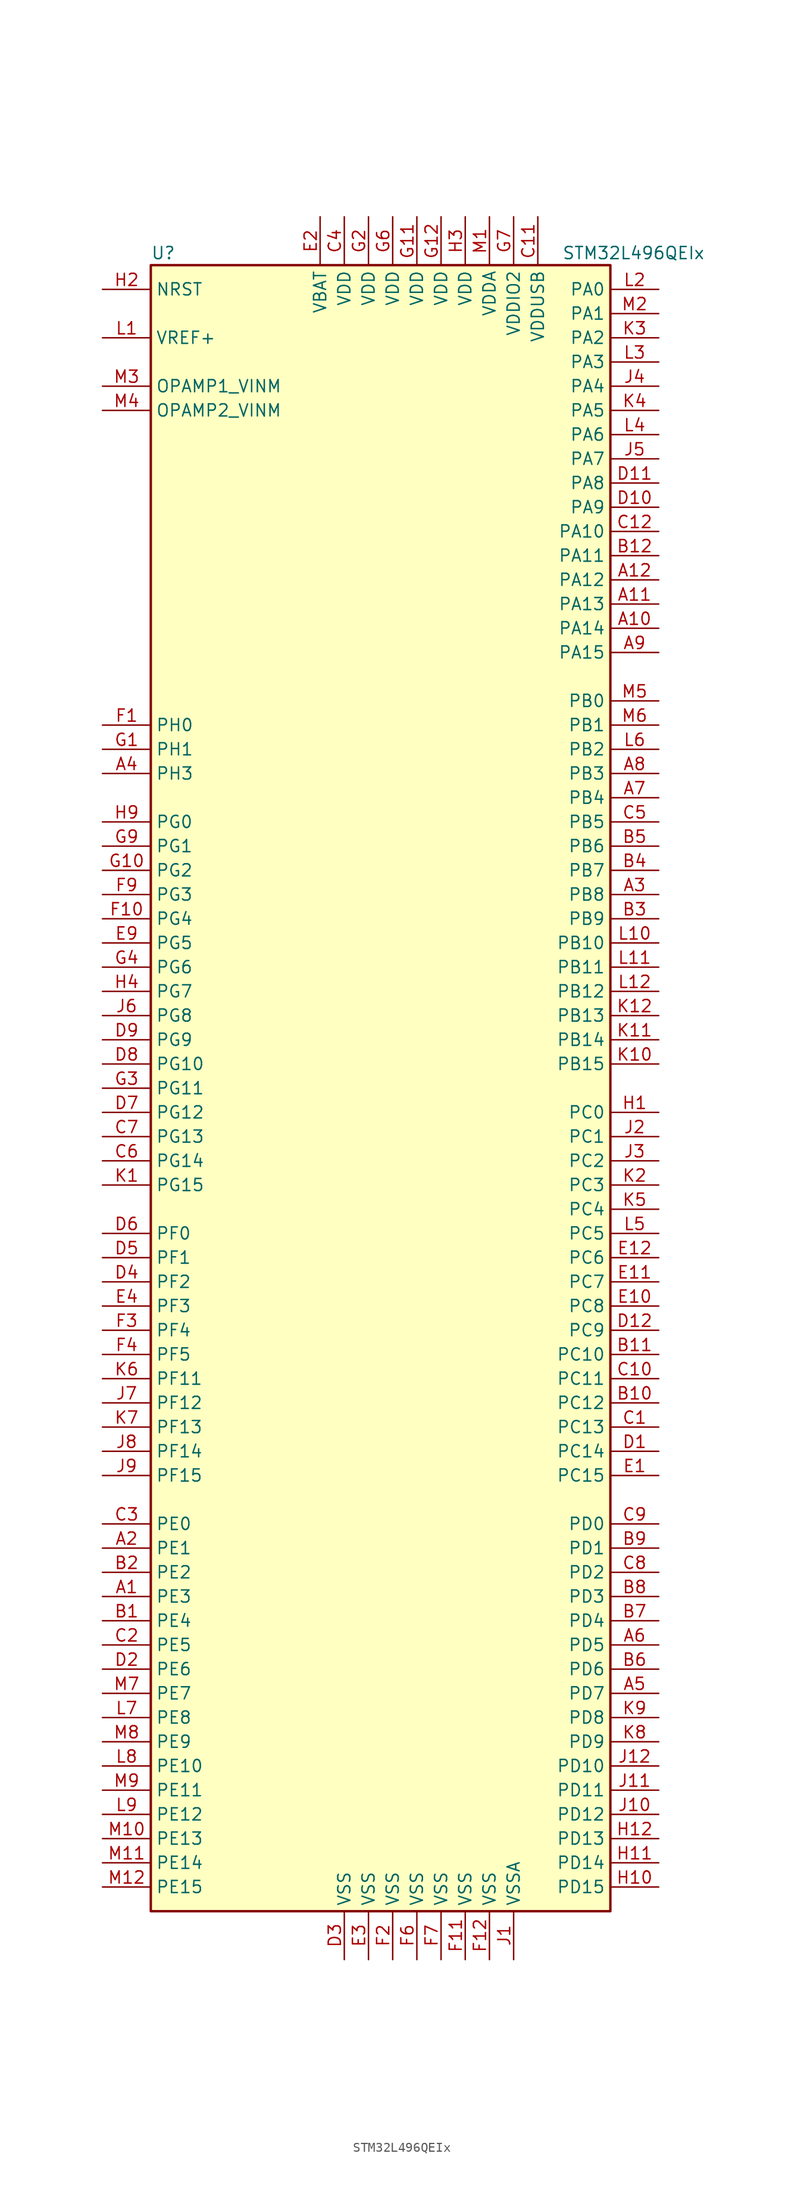
<source format=kicad_sym>
(kicad_symbol_lib
  (version 20201005)
  (generator kicad_symbol_editor)
  (symbol "MCU_ST_STM32L4:STM32L496QEIx"
    (property "Reference" "U"
      (at -25.4 87.63 0)
      (effects (font (size 1.27 1.27)) (justify left)))
    (property "Value" "STM32L496QEIx"
      (at 17.78 87.63 0)
      (effects (font (size 1.27 1.27)) (justify left)))
    (symbol "STM32L496QEIx_0_1"
      (rectangle (start -25.4 -86.36) (end 22.86 86.36) (stroke (width 0.254)) (fill (type background))))
    (symbol "STM32L496QEIx_1_1"
      (pin bidirectional line (at -30.48 -53.34 0) (length 5.08) (name "PE3" (effects (font (size 1.27 1.27)))) (number "A1" (effects (font (size 1.27 1.27)))))
      (pin bidirectional line (at 27.94 48.26 180) (length 5.08) (name "PA14" (effects (font (size 1.27 1.27)))) (number "A10" (effects (font (size 1.27 1.27)))))
      (pin bidirectional line (at 27.94 50.8 180) (length 5.08) (name "PA13" (effects (font (size 1.27 1.27)))) (number "A11" (effects (font (size 1.27 1.27)))))
      (pin bidirectional line (at 27.94 53.34 180) (length 5.08) (name "PA12" (effects (font (size 1.27 1.27)))) (number "A12" (effects (font (size 1.27 1.27)))))
      (pin bidirectional line (at -30.48 -48.26 0) (length 5.08) (name "PE1" (effects (font (size 1.27 1.27)))) (number "A2" (effects (font (size 1.27 1.27)))))
      (pin bidirectional line (at 27.94 20.32 180) (length 5.08) (name "PB8" (effects (font (size 1.27 1.27)))) (number "A3" (effects (font (size 1.27 1.27)))))
      (pin bidirectional line (at -30.48 33.02 0) (length 5.08) (name "PH3" (effects (font (size 1.27 1.27)))) (number "A4" (effects (font (size 1.27 1.27)))))
      (pin bidirectional line (at 27.94 -63.5 180) (length 5.08) (name "PD7" (effects (font (size 1.27 1.27)))) (number "A5" (effects (font (size 1.27 1.27)))))
      (pin bidirectional line (at 27.94 -58.42 180) (length 5.08) (name "PD5" (effects (font (size 1.27 1.27)))) (number "A6" (effects (font (size 1.27 1.27)))))
      (pin bidirectional line (at 27.94 30.48 180) (length 5.08) (name "PB4" (effects (font (size 1.27 1.27)))) (number "A7" (effects (font (size 1.27 1.27)))))
      (pin bidirectional line (at 27.94 33.02 180) (length 5.08) (name "PB3" (effects (font (size 1.27 1.27)))) (number "A8" (effects (font (size 1.27 1.27)))))
      (pin bidirectional line (at 27.94 45.72 180) (length 5.08) (name "PA15" (effects (font (size 1.27 1.27)))) (number "A9" (effects (font (size 1.27 1.27)))))
      (pin bidirectional line (at -30.48 -55.88 0) (length 5.08) (name "PE4" (effects (font (size 1.27 1.27)))) (number "B1" (effects (font (size 1.27 1.27)))))
      (pin bidirectional line (at 27.94 -33.02 180) (length 5.08) (name "PC12" (effects (font (size 1.27 1.27)))) (number "B10" (effects (font (size 1.27 1.27)))))
      (pin bidirectional line (at 27.94 -27.94 180) (length 5.08) (name "PC10" (effects (font (size 1.27 1.27)))) (number "B11" (effects (font (size 1.27 1.27)))))
      (pin bidirectional line (at 27.94 55.88 180) (length 5.08) (name "PA11" (effects (font (size 1.27 1.27)))) (number "B12" (effects (font (size 1.27 1.27)))))
      (pin bidirectional line (at -30.48 -50.8 0) (length 5.08) (name "PE2" (effects (font (size 1.27 1.27)))) (number "B2" (effects (font (size 1.27 1.27)))))
      (pin bidirectional line (at 27.94 17.78 180) (length 5.08) (name "PB9" (effects (font (size 1.27 1.27)))) (number "B3" (effects (font (size 1.27 1.27)))))
      (pin bidirectional line (at 27.94 22.86 180) (length 5.08) (name "PB7" (effects (font (size 1.27 1.27)))) (number "B4" (effects (font (size 1.27 1.27)))))
      (pin bidirectional line (at 27.94 25.4 180) (length 5.08) (name "PB6" (effects (font (size 1.27 1.27)))) (number "B5" (effects (font (size 1.27 1.27)))))
      (pin bidirectional line (at 27.94 -60.96 180) (length 5.08) (name "PD6" (effects (font (size 1.27 1.27)))) (number "B6" (effects (font (size 1.27 1.27)))))
      (pin bidirectional line (at 27.94 -55.88 180) (length 5.08) (name "PD4" (effects (font (size 1.27 1.27)))) (number "B7" (effects (font (size 1.27 1.27)))))
      (pin bidirectional line (at 27.94 -53.34 180) (length 5.08) (name "PD3" (effects (font (size 1.27 1.27)))) (number "B8" (effects (font (size 1.27 1.27)))))
      (pin bidirectional line (at 27.94 -48.26 180) (length 5.08) (name "PD1" (effects (font (size 1.27 1.27)))) (number "B9" (effects (font (size 1.27 1.27)))))
      (pin bidirectional line (at 27.94 -35.56 180) (length 5.08) (name "PC13" (effects (font (size 1.27 1.27)))) (number "C1" (effects (font (size 1.27 1.27)))))
      (pin bidirectional line (at 27.94 -30.48 180) (length 5.08) (name "PC11" (effects (font (size 1.27 1.27)))) (number "C10" (effects (font (size 1.27 1.27)))))
      (pin power_in line (at 15.24 91.44 270) (length 5.08) (name "VDDUSB" (effects (font (size 1.27 1.27)))) (number "C11" (effects (font (size 1.27 1.27)))))
      (pin bidirectional line (at 27.94 58.42 180) (length 5.08) (name "PA10" (effects (font (size 1.27 1.27)))) (number "C12" (effects (font (size 1.27 1.27)))))
      (pin bidirectional line (at -30.48 -58.42 0) (length 5.08) (name "PE5" (effects (font (size 1.27 1.27)))) (number "C2" (effects (font (size 1.27 1.27)))))
      (pin bidirectional line (at -30.48 -45.72 0) (length 5.08) (name "PE0" (effects (font (size 1.27 1.27)))) (number "C3" (effects (font (size 1.27 1.27)))))
      (pin power_in line (at -5.08 91.44 270) (length 5.08) (name "VDD" (effects (font (size 1.27 1.27)))) (number "C4" (effects (font (size 1.27 1.27)))))
      (pin bidirectional line (at 27.94 27.94 180) (length 5.08) (name "PB5" (effects (font (size 1.27 1.27)))) (number "C5" (effects (font (size 1.27 1.27)))))
      (pin bidirectional line (at -30.48 -7.62 0) (length 5.08) (name "PG14" (effects (font (size 1.27 1.27)))) (number "C6" (effects (font (size 1.27 1.27)))))
      (pin bidirectional line (at -30.48 -5.08 0) (length 5.08) (name "PG13" (effects (font (size 1.27 1.27)))) (number "C7" (effects (font (size 1.27 1.27)))))
      (pin bidirectional line (at 27.94 -50.8 180) (length 5.08) (name "PD2" (effects (font (size 1.27 1.27)))) (number "C8" (effects (font (size 1.27 1.27)))))
      (pin bidirectional line (at 27.94 -45.72 180) (length 5.08) (name "PD0" (effects (font (size 1.27 1.27)))) (number "C9" (effects (font (size 1.27 1.27)))))
      (pin bidirectional line (at 27.94 -38.1 180) (length 5.08) (name "PC14" (effects (font (size 1.27 1.27)))) (number "D1" (effects (font (size 1.27 1.27)))))
      (pin bidirectional line (at 27.94 60.96 180) (length 5.08) (name "PA9" (effects (font (size 1.27 1.27)))) (number "D10" (effects (font (size 1.27 1.27)))))
      (pin bidirectional line (at 27.94 63.5 180) (length 5.08) (name "PA8" (effects (font (size 1.27 1.27)))) (number "D11" (effects (font (size 1.27 1.27)))))
      (pin bidirectional line (at 27.94 -25.4 180) (length 5.08) (name "PC9" (effects (font (size 1.27 1.27)))) (number "D12" (effects (font (size 1.27 1.27)))))
      (pin bidirectional line (at -30.48 -60.96 0) (length 5.08) (name "PE6" (effects (font (size 1.27 1.27)))) (number "D2" (effects (font (size 1.27 1.27)))))
      (pin power_in line (at -5.08 -91.44 90) (length 5.08) (name "VSS" (effects (font (size 1.27 1.27)))) (number "D3" (effects (font (size 1.27 1.27)))))
      (pin bidirectional line (at -30.48 -20.32 0) (length 5.08) (name "PF2" (effects (font (size 1.27 1.27)))) (number "D4" (effects (font (size 1.27 1.27)))))
      (pin bidirectional line (at -30.48 -17.78 0) (length 5.08) (name "PF1" (effects (font (size 1.27 1.27)))) (number "D5" (effects (font (size 1.27 1.27)))))
      (pin bidirectional line (at -30.48 -15.24 0) (length 5.08) (name "PF0" (effects (font (size 1.27 1.27)))) (number "D6" (effects (font (size 1.27 1.27)))))
      (pin bidirectional line (at -30.48 -2.54 0) (length 5.08) (name "PG12" (effects (font (size 1.27 1.27)))) (number "D7" (effects (font (size 1.27 1.27)))))
      (pin bidirectional line (at -30.48 2.54 0) (length 5.08) (name "PG10" (effects (font (size 1.27 1.27)))) (number "D8" (effects (font (size 1.27 1.27)))))
      (pin bidirectional line (at -30.48 5.08 0) (length 5.08) (name "PG9" (effects (font (size 1.27 1.27)))) (number "D9" (effects (font (size 1.27 1.27)))))
      (pin bidirectional line (at 27.94 -40.64 180) (length 5.08) (name "PC15" (effects (font (size 1.27 1.27)))) (number "E1" (effects (font (size 1.27 1.27)))))
      (pin bidirectional line (at 27.94 -22.86 180) (length 5.08) (name "PC8" (effects (font (size 1.27 1.27)))) (number "E10" (effects (font (size 1.27 1.27)))))
      (pin bidirectional line (at 27.94 -20.32 180) (length 5.08) (name "PC7" (effects (font (size 1.27 1.27)))) (number "E11" (effects (font (size 1.27 1.27)))))
      (pin bidirectional line (at 27.94 -17.78 180) (length 5.08) (name "PC6" (effects (font (size 1.27 1.27)))) (number "E12" (effects (font (size 1.27 1.27)))))
      (pin power_in line (at -7.62 91.44 270) (length 5.08) (name "VBAT" (effects (font (size 1.27 1.27)))) (number "E2" (effects (font (size 1.27 1.27)))))
      (pin power_in line (at -2.54 -91.44 90) (length 5.08) (name "VSS" (effects (font (size 1.27 1.27)))) (number "E3" (effects (font (size 1.27 1.27)))))
      (pin bidirectional line (at -30.48 -22.86 0) (length 5.08) (name "PF3" (effects (font (size 1.27 1.27)))) (number "E4" (effects (font (size 1.27 1.27)))))
      (pin bidirectional line (at -30.48 15.24 0) (length 5.08) (name "PG5" (effects (font (size 1.27 1.27)))) (number "E9" (effects (font (size 1.27 1.27)))))
      (pin input line (at -30.48 38.1 0) (length 5.08) (name "PH0" (effects (font (size 1.27 1.27)))) (number "F1" (effects (font (size 1.27 1.27)))))
      (pin bidirectional line (at -30.48 17.78 0) (length 5.08) (name "PG4" (effects (font (size 1.27 1.27)))) (number "F10" (effects (font (size 1.27 1.27)))))
      (pin power_in line (at 7.62 -91.44 90) (length 5.08) (name "VSS" (effects (font (size 1.27 1.27)))) (number "F11" (effects (font (size 1.27 1.27)))))
      (pin power_in line (at 10.16 -91.44 90) (length 5.08) (name "VSS" (effects (font (size 1.27 1.27)))) (number "F12" (effects (font (size 1.27 1.27)))))
      (pin power_in line (at 0 -91.44 90) (length 5.08) (name "VSS" (effects (font (size 1.27 1.27)))) (number "F2" (effects (font (size 1.27 1.27)))))
      (pin bidirectional line (at -30.48 -25.4 0) (length 5.08) (name "PF4" (effects (font (size 1.27 1.27)))) (number "F3" (effects (font (size 1.27 1.27)))))
      (pin bidirectional line (at -30.48 -27.94 0) (length 5.08) (name "PF5" (effects (font (size 1.27 1.27)))) (number "F4" (effects (font (size 1.27 1.27)))))
      (pin power_in line (at 2.54 -91.44 90) (length 5.08) (name "VSS" (effects (font (size 1.27 1.27)))) (number "F6" (effects (font (size 1.27 1.27)))))
      (pin power_in line (at 5.08 -91.44 90) (length 5.08) (name "VSS" (effects (font (size 1.27 1.27)))) (number "F7" (effects (font (size 1.27 1.27)))))
      (pin bidirectional line (at -30.48 20.32 0) (length 5.08) (name "PG3" (effects (font (size 1.27 1.27)))) (number "F9" (effects (font (size 1.27 1.27)))))
      (pin input line (at -30.48 35.56 0) (length 5.08) (name "PH1" (effects (font (size 1.27 1.27)))) (number "G1" (effects (font (size 1.27 1.27)))))
      (pin bidirectional line (at -30.48 22.86 0) (length 5.08) (name "PG2" (effects (font (size 1.27 1.27)))) (number "G10" (effects (font (size 1.27 1.27)))))
      (pin power_in line (at 2.54 91.44 270) (length 5.08) (name "VDD" (effects (font (size 1.27 1.27)))) (number "G11" (effects (font (size 1.27 1.27)))))
      (pin power_in line (at 5.08 91.44 270) (length 5.08) (name "VDD" (effects (font (size 1.27 1.27)))) (number "G12" (effects (font (size 1.27 1.27)))))
      (pin power_in line (at -2.54 91.44 270) (length 5.08) (name "VDD" (effects (font (size 1.27 1.27)))) (number "G2" (effects (font (size 1.27 1.27)))))
      (pin bidirectional line (at -30.48 0 0) (length 5.08) (name "PG11" (effects (font (size 1.27 1.27)))) (number "G3" (effects (font (size 1.27 1.27)))))
      (pin bidirectional line (at -30.48 12.7 0) (length 5.08) (name "PG6" (effects (font (size 1.27 1.27)))) (number "G4" (effects (font (size 1.27 1.27)))))
      (pin power_in line (at 0 91.44 270) (length 5.08) (name "VDD" (effects (font (size 1.27 1.27)))) (number "G6" (effects (font (size 1.27 1.27)))))
      (pin power_in line (at 12.7 91.44 270) (length 5.08) (name "VDDIO2" (effects (font (size 1.27 1.27)))) (number "G7" (effects (font (size 1.27 1.27)))))
      (pin bidirectional line (at -30.48 25.4 0) (length 5.08) (name "PG1" (effects (font (size 1.27 1.27)))) (number "G9" (effects (font (size 1.27 1.27)))))
      (pin bidirectional line (at 27.94 -2.54 180) (length 5.08) (name "PC0" (effects (font (size 1.27 1.27)))) (number "H1" (effects (font (size 1.27 1.27)))))
      (pin bidirectional line (at 27.94 -83.82 180) (length 5.08) (name "PD15" (effects (font (size 1.27 1.27)))) (number "H10" (effects (font (size 1.27 1.27)))))
      (pin bidirectional line (at 27.94 -81.28 180) (length 5.08) (name "PD14" (effects (font (size 1.27 1.27)))) (number "H11" (effects (font (size 1.27 1.27)))))
      (pin bidirectional line (at 27.94 -78.74 180) (length 5.08) (name "PD13" (effects (font (size 1.27 1.27)))) (number "H12" (effects (font (size 1.27 1.27)))))
      (pin input line (at -30.48 83.82 0) (length 5.08) (name "NRST" (effects (font (size 1.27 1.27)))) (number "H2" (effects (font (size 1.27 1.27)))))
      (pin power_in line (at 7.62 91.44 270) (length 5.08) (name "VDD" (effects (font (size 1.27 1.27)))) (number "H3" (effects (font (size 1.27 1.27)))))
      (pin bidirectional line (at -30.48 10.16 0) (length 5.08) (name "PG7" (effects (font (size 1.27 1.27)))) (number "H4" (effects (font (size 1.27 1.27)))))
      (pin bidirectional line (at -30.48 27.94 0) (length 5.08) (name "PG0" (effects (font (size 1.27 1.27)))) (number "H9" (effects (font (size 1.27 1.27)))))
      (pin power_in line (at 12.7 -91.44 90) (length 5.08) (name "VSSA" (effects (font (size 1.27 1.27)))) (number "J1" (effects (font (size 1.27 1.27)))))
      (pin bidirectional line (at 27.94 -76.2 180) (length 5.08) (name "PD12" (effects (font (size 1.27 1.27)))) (number "J10" (effects (font (size 1.27 1.27)))))
      (pin bidirectional line (at 27.94 -73.66 180) (length 5.08) (name "PD11" (effects (font (size 1.27 1.27)))) (number "J11" (effects (font (size 1.27 1.27)))))
      (pin bidirectional line (at 27.94 -71.12 180) (length 5.08) (name "PD10" (effects (font (size 1.27 1.27)))) (number "J12" (effects (font (size 1.27 1.27)))))
      (pin bidirectional line (at 27.94 -5.08 180) (length 5.08) (name "PC1" (effects (font (size 1.27 1.27)))) (number "J2" (effects (font (size 1.27 1.27)))))
      (pin bidirectional line (at 27.94 -7.62 180) (length 5.08) (name "PC2" (effects (font (size 1.27 1.27)))) (number "J3" (effects (font (size 1.27 1.27)))))
      (pin bidirectional line (at 27.94 73.66 180) (length 5.08) (name "PA4" (effects (font (size 1.27 1.27)))) (number "J4" (effects (font (size 1.27 1.27)))))
      (pin bidirectional line (at 27.94 66.04 180) (length 5.08) (name "PA7" (effects (font (size 1.27 1.27)))) (number "J5" (effects (font (size 1.27 1.27)))))
      (pin bidirectional line (at -30.48 7.62 0) (length 5.08) (name "PG8" (effects (font (size 1.27 1.27)))) (number "J6" (effects (font (size 1.27 1.27)))))
      (pin bidirectional line (at -30.48 -33.02 0) (length 5.08) (name "PF12" (effects (font (size 1.27 1.27)))) (number "J7" (effects (font (size 1.27 1.27)))))
      (pin bidirectional line (at -30.48 -38.1 0) (length 5.08) (name "PF14" (effects (font (size 1.27 1.27)))) (number "J8" (effects (font (size 1.27 1.27)))))
      (pin bidirectional line (at -30.48 -40.64 0) (length 5.08) (name "PF15" (effects (font (size 1.27 1.27)))) (number "J9" (effects (font (size 1.27 1.27)))))
      (pin bidirectional line (at -30.48 -10.16 0) (length 5.08) (name "PG15" (effects (font (size 1.27 1.27)))) (number "K1" (effects (font (size 1.27 1.27)))))
      (pin bidirectional line (at 27.94 2.54 180) (length 5.08) (name "PB15" (effects (font (size 1.27 1.27)))) (number "K10" (effects (font (size 1.27 1.27)))))
      (pin bidirectional line (at 27.94 5.08 180) (length 5.08) (name "PB14" (effects (font (size 1.27 1.27)))) (number "K11" (effects (font (size 1.27 1.27)))))
      (pin bidirectional line (at 27.94 7.62 180) (length 5.08) (name "PB13" (effects (font (size 1.27 1.27)))) (number "K12" (effects (font (size 1.27 1.27)))))
      (pin bidirectional line (at 27.94 -10.16 180) (length 5.08) (name "PC3" (effects (font (size 1.27 1.27)))) (number "K2" (effects (font (size 1.27 1.27)))))
      (pin bidirectional line (at 27.94 78.74 180) (length 5.08) (name "PA2" (effects (font (size 1.27 1.27)))) (number "K3" (effects (font (size 1.27 1.27)))))
      (pin bidirectional line (at 27.94 71.12 180) (length 5.08) (name "PA5" (effects (font (size 1.27 1.27)))) (number "K4" (effects (font (size 1.27 1.27)))))
      (pin bidirectional line (at 27.94 -12.7 180) (length 5.08) (name "PC4" (effects (font (size 1.27 1.27)))) (number "K5" (effects (font (size 1.27 1.27)))))
      (pin bidirectional line (at -30.48 -30.48 0) (length 5.08) (name "PF11" (effects (font (size 1.27 1.27)))) (number "K6" (effects (font (size 1.27 1.27)))))
      (pin bidirectional line (at -30.48 -35.56 0) (length 5.08) (name "PF13" (effects (font (size 1.27 1.27)))) (number "K7" (effects (font (size 1.27 1.27)))))
      (pin bidirectional line (at 27.94 -68.58 180) (length 5.08) (name "PD9" (effects (font (size 1.27 1.27)))) (number "K8" (effects (font (size 1.27 1.27)))))
      (pin bidirectional line (at 27.94 -66.04 180) (length 5.08) (name "PD8" (effects (font (size 1.27 1.27)))) (number "K9" (effects (font (size 1.27 1.27)))))
      (pin bidirectional line (at -30.48 78.74 0) (length 5.08) (name "VREF+" (effects (font (size 1.27 1.27)))) (number "L1" (effects (font (size 1.27 1.27)))))
      (pin bidirectional line (at 27.94 15.24 180) (length 5.08) (name "PB10" (effects (font (size 1.27 1.27)))) (number "L10" (effects (font (size 1.27 1.27)))))
      (pin bidirectional line (at 27.94 12.7 180) (length 5.08) (name "PB11" (effects (font (size 1.27 1.27)))) (number "L11" (effects (font (size 1.27 1.27)))))
      (pin bidirectional line (at 27.94 10.16 180) (length 5.08) (name "PB12" (effects (font (size 1.27 1.27)))) (number "L12" (effects (font (size 1.27 1.27)))))
      (pin bidirectional line (at 27.94 83.82 180) (length 5.08) (name "PA0" (effects (font (size 1.27 1.27)))) (number "L2" (effects (font (size 1.27 1.27)))))
      (pin bidirectional line (at 27.94 76.2 180) (length 5.08) (name "PA3" (effects (font (size 1.27 1.27)))) (number "L3" (effects (font (size 1.27 1.27)))))
      (pin bidirectional line (at 27.94 68.58 180) (length 5.08) (name "PA6" (effects (font (size 1.27 1.27)))) (number "L4" (effects (font (size 1.27 1.27)))))
      (pin bidirectional line (at 27.94 -15.24 180) (length 5.08) (name "PC5" (effects (font (size 1.27 1.27)))) (number "L5" (effects (font (size 1.27 1.27)))))
      (pin bidirectional line (at 27.94 35.56 180) (length 5.08) (name "PB2" (effects (font (size 1.27 1.27)))) (number "L6" (effects (font (size 1.27 1.27)))))
      (pin bidirectional line (at -30.48 -66.04 0) (length 5.08) (name "PE8" (effects (font (size 1.27 1.27)))) (number "L7" (effects (font (size 1.27 1.27)))))
      (pin bidirectional line (at -30.48 -71.12 0) (length 5.08) (name "PE10" (effects (font (size 1.27 1.27)))) (number "L8" (effects (font (size 1.27 1.27)))))
      (pin bidirectional line (at -30.48 -76.2 0) (length 5.08) (name "PE12" (effects (font (size 1.27 1.27)))) (number "L9" (effects (font (size 1.27 1.27)))))
      (pin power_in line (at 10.16 91.44 270) (length 5.08) (name "VDDA" (effects (font (size 1.27 1.27)))) (number "M1" (effects (font (size 1.27 1.27)))))
      (pin bidirectional line (at -30.48 -78.74 0) (length 5.08) (name "PE13" (effects (font (size 1.27 1.27)))) (number "M10" (effects (font (size 1.27 1.27)))))
      (pin bidirectional line (at -30.48 -81.28 0) (length 5.08) (name "PE14" (effects (font (size 1.27 1.27)))) (number "M11" (effects (font (size 1.27 1.27)))))
      (pin bidirectional line (at -30.48 -83.82 0) (length 5.08) (name "PE15" (effects (font (size 1.27 1.27)))) (number "M12" (effects (font (size 1.27 1.27)))))
      (pin bidirectional line (at 27.94 81.28 180) (length 5.08) (name "PA1" (effects (font (size 1.27 1.27)))) (number "M2" (effects (font (size 1.27 1.27)))))
      (pin bidirectional line (at -30.48 73.66 0) (length 5.08) (name "OPAMP1_VINM" (effects (font (size 1.27 1.27)))) (number "M3" (effects (font (size 1.27 1.27)))))
      (pin bidirectional line (at -30.48 71.12 0) (length 5.08) (name "OPAMP2_VINM" (effects (font (size 1.27 1.27)))) (number "M4" (effects (font (size 1.27 1.27)))))
      (pin bidirectional line (at 27.94 40.64 180) (length 5.08) (name "PB0" (effects (font (size 1.27 1.27)))) (number "M5" (effects (font (size 1.27 1.27)))))
      (pin bidirectional line (at 27.94 38.1 180) (length 5.08) (name "PB1" (effects (font (size 1.27 1.27)))) (number "M6" (effects (font (size 1.27 1.27)))))
      (pin bidirectional line (at -30.48 -63.5 0) (length 5.08) (name "PE7" (effects (font (size 1.27 1.27)))) (number "M7" (effects (font (size 1.27 1.27)))))
      (pin bidirectional line (at -30.48 -68.58 0) (length 5.08) (name "PE9" (effects (font (size 1.27 1.27)))) (number "M8" (effects (font (size 1.27 1.27)))))
      (pin bidirectional line (at -30.48 -73.66 0) (length 5.08) (name "PE11" (effects (font (size 1.27 1.27)))) (number "M9" (effects (font (size 1.27 1.27))))))))
</source>
